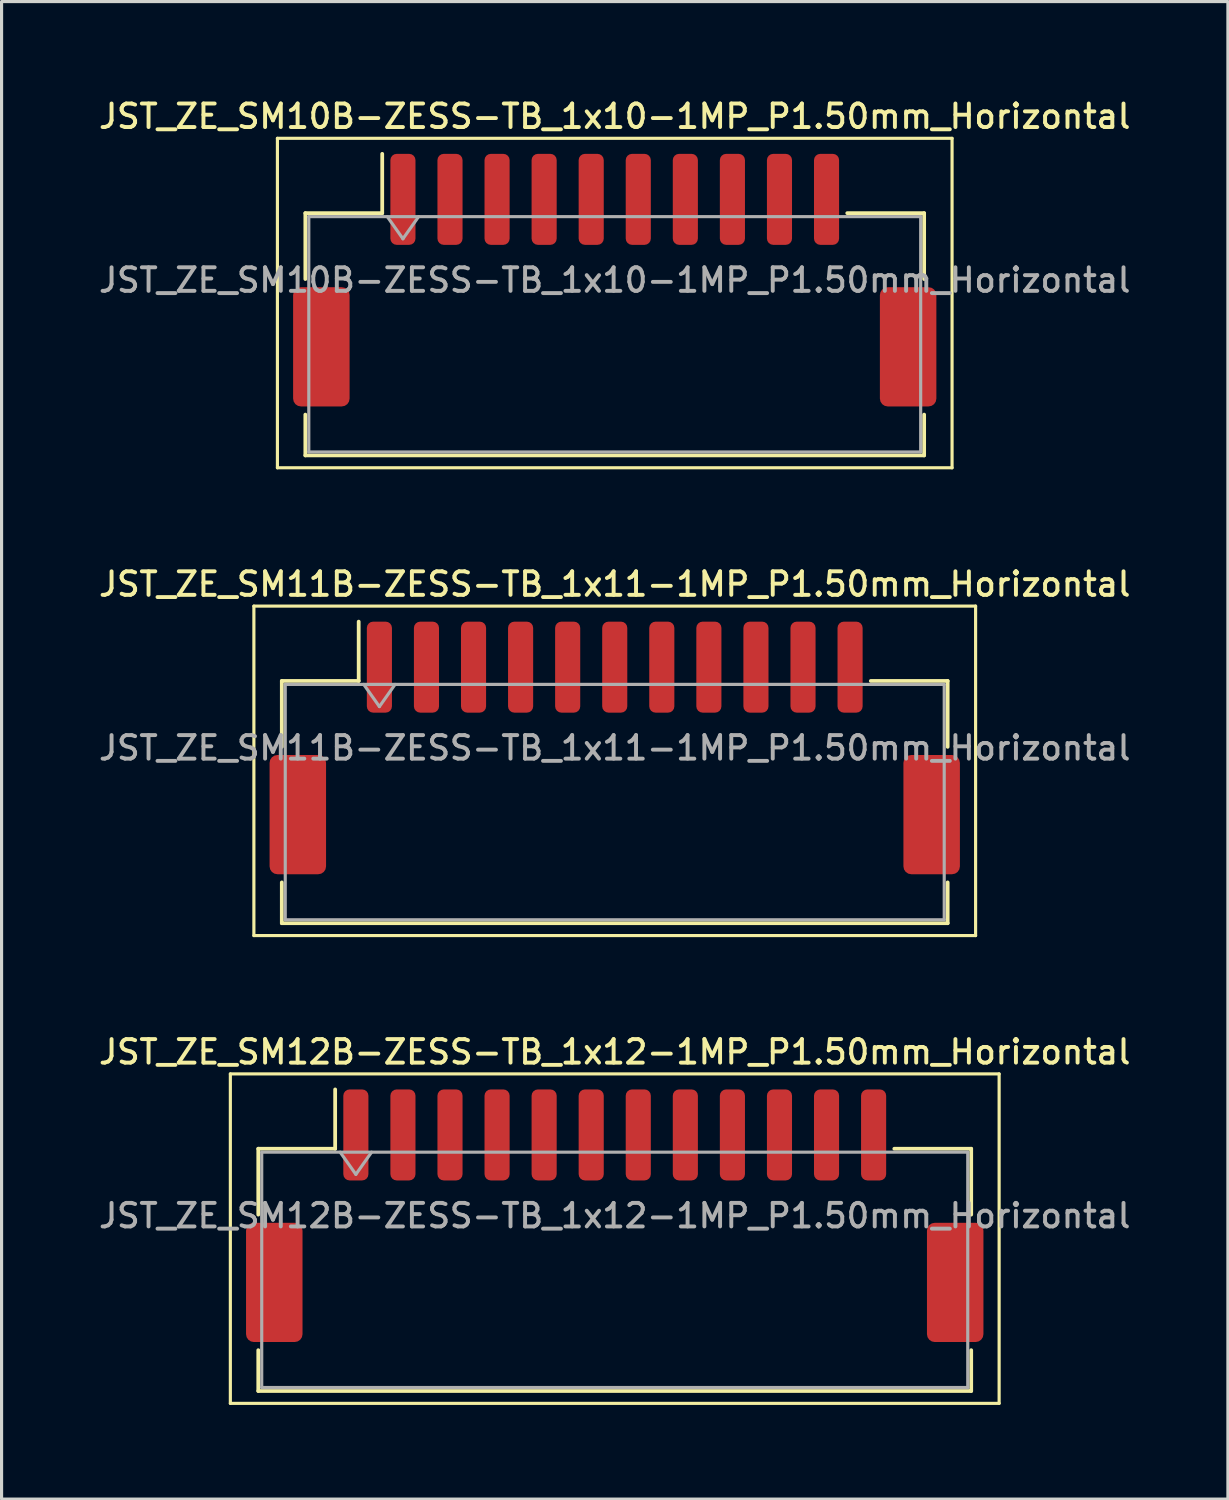
<source format=kicad_pcb>
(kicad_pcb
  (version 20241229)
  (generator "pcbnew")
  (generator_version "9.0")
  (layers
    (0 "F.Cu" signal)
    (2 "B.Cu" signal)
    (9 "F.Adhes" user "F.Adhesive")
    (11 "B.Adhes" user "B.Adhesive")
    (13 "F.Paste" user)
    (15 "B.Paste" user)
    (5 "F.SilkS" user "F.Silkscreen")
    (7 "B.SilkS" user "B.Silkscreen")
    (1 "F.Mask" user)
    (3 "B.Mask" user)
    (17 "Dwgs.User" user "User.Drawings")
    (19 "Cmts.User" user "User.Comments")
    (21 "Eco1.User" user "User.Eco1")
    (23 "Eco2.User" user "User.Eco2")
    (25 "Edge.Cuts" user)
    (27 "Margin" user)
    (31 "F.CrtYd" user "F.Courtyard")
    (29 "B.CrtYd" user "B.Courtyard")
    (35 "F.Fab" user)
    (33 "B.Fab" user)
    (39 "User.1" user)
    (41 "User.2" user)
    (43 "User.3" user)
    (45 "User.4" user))
  (footprint "JST_ZE_SM10B-ZESS-TB_1x10-1MP_P1.50mm_Horizontal"
    (layer "F.Cu")
    (at 16.541 5.878)
    (property "Reference" "JST_ZE_SM10B-ZESS-TB_1x10-1MP_P1.50mm_Horizontal" (at 0 -5.22 0) (layer "F.SilkS") (effects (font (size 0.75 0.75) (thickness 0.125))))
    (attr smd)
    (fp_line (start -10.75 -4.52) (end -10.75 5.98) (stroke (width 0.1) (type solid)) (layer "F.SilkS"))
    (fp_line (start -10.75 5.98) (end 10.75 5.98) (stroke (width 0.1) (type solid)) (layer "F.SilkS"))
    (fp_line (start -9.86 -2.135) (end -7.41 -2.135) (stroke (width 0.12) (type solid)) (layer "F.SilkS"))
    (fp_line (start -9.86 -0.035) (end -9.86 -2.135) (stroke (width 0.12) (type solid)) (layer "F.SilkS"))
    (fp_line (start -9.86 4.285) (end -9.86 5.585) (stroke (width 0.12) (type solid)) (layer "F.SilkS"))
    (fp_line (start -9.86 5.585) (end 9.86 5.585) (stroke (width 0.12) (type solid)) (layer "F.SilkS"))
    (fp_line (start -7.41 -2.135) (end -7.41 -4.025) (stroke (width 0.12) (type solid)) (layer "F.SilkS"))
    (fp_line (start 9.86 -2.135) (end 7.41 -2.135) (stroke (width 0.12) (type solid)) (layer "F.SilkS"))
    (fp_line (start 9.86 -0.035) (end 9.86 -2.135) (stroke (width 0.12) (type solid)) (layer "F.SilkS"))
    (fp_line (start 9.86 5.585) (end 9.86 4.285) (stroke (width 0.12) (type solid)) (layer "F.SilkS"))
    (fp_line (start 10.75 -4.52) (end -10.75 -4.52) (stroke (width 0.1) (type solid)) (layer "F.SilkS"))
    (fp_line (start 10.75 5.98) (end 10.75 -4.52) (stroke (width 0.1) (type solid)) (layer "F.SilkS"))
    (fp_line (start -9.75 -2.025) (end -9.75 5.475) (stroke (width 0.1) (type solid)) (layer "F.Fab"))
    (fp_line (start -9.75 -2.025) (end 9.75 -2.025) (stroke (width 0.1) (type solid)) (layer "F.Fab"))
    (fp_line (start -9.75 5.475) (end 9.75 5.475) (stroke (width 0.1) (type solid)) (layer "F.Fab"))
    (fp_line (start -7.25 -2.025) (end -6.75 -1.318) (stroke (width 0.1) (type solid)) (layer "F.Fab"))
    (fp_line (start -6.75 -1.318) (end -6.25 -2.025) (stroke (width 0.1) (type solid)) (layer "F.Fab"))
    (fp_line (start 9.75 -2.025) (end 9.75 5.475) (stroke (width 0.1) (type solid)) (layer "F.Fab"))
    (fp_text user "${REFERENCE}" (at 0 0 0) (layer "F.Fab") (effects (font (size 0.75 0.75) (thickness 0.125))))
    (pad "1" smd roundrect (at -6.75 -2.575) (size 0.8 2.9) (layers "F.Cu" "F.Mask" "F.Paste") (roundrect_rratio 0.25))
    (pad "2" smd roundrect (at -5.25 -2.575) (size 0.8 2.9) (layers "F.Cu" "F.Mask" "F.Paste") (roundrect_rratio 0.25))
    (pad "3" smd roundrect (at -3.75 -2.575) (size 0.8 2.9) (layers "F.Cu" "F.Mask" "F.Paste") (roundrect_rratio 0.25))
    (pad "4" smd roundrect (at -2.25 -2.575) (size 0.8 2.9) (layers "F.Cu" "F.Mask" "F.Paste") (roundrect_rratio 0.25))
    (pad "5" smd roundrect (at -0.75 -2.575) (size 0.8 2.9) (layers "F.Cu" "F.Mask" "F.Paste") (roundrect_rratio 0.25))
    (pad "6" smd roundrect (at 0.75 -2.575) (size 0.8 2.9) (layers "F.Cu" "F.Mask" "F.Paste") (roundrect_rratio 0.25))
    (pad "7" smd roundrect (at 2.25 -2.575) (size 0.8 2.9) (layers "F.Cu" "F.Mask" "F.Paste") (roundrect_rratio 0.25))
    (pad "8" smd roundrect (at 3.75 -2.575) (size 0.8 2.9) (layers "F.Cu" "F.Mask" "F.Paste") (roundrect_rratio 0.25))
    (pad "9" smd roundrect (at 5.25 -2.575) (size 0.8 2.9) (layers "F.Cu" "F.Mask" "F.Paste") (roundrect_rratio 0.25))
    (pad "10" smd roundrect (at 6.75 -2.575) (size 0.8 2.9) (layers "F.Cu" "F.Mask" "F.Paste") (roundrect_rratio 0.25))
    (pad "MP" smd roundrect (at -9.35 2.125) (size 1.8 3.8) (layers "F.Cu" "F.Mask" "F.Paste") (roundrect_rratio 0.139))
    (pad "MP" smd roundrect (at 9.35 2.125) (size 1.8 3.8) (layers "F.Cu" "F.Mask" "F.Paste") (roundrect_rratio 0.139)))
  (footprint "JST_ZE_SM12B-ZESS-TB_1x12-1MP_P1.50mm_Horizontal"
    (layer "F.Cu")
    (at 16.541 35.694)
    (property "Reference" "JST_ZE_SM12B-ZESS-TB_1x12-1MP_P1.50mm_Horizontal" (at 0 -5.22 0) (layer "F.SilkS") (effects (font (size 0.75 0.75) (thickness 0.125))))
    (attr smd)
    (fp_line (start -12.25 -4.52) (end -12.25 5.98) (stroke (width 0.1) (type solid)) (layer "F.SilkS"))
    (fp_line (start -12.25 5.98) (end 12.25 5.98) (stroke (width 0.1) (type solid)) (layer "F.SilkS"))
    (fp_line (start -11.36 -2.135) (end -8.91 -2.135) (stroke (width 0.12) (type solid)) (layer "F.SilkS"))
    (fp_line (start -11.36 -0.035) (end -11.36 -2.135) (stroke (width 0.12) (type solid)) (layer "F.SilkS"))
    (fp_line (start -11.36 4.285) (end -11.36 5.585) (stroke (width 0.12) (type solid)) (layer "F.SilkS"))
    (fp_line (start -11.36 5.585) (end 11.36 5.585) (stroke (width 0.12) (type solid)) (layer "F.SilkS"))
    (fp_line (start -8.91 -2.135) (end -8.91 -4.025) (stroke (width 0.12) (type solid)) (layer "F.SilkS"))
    (fp_line (start 11.36 -2.135) (end 8.91 -2.135) (stroke (width 0.12) (type solid)) (layer "F.SilkS"))
    (fp_line (start 11.36 -0.035) (end 11.36 -2.135) (stroke (width 0.12) (type solid)) (layer "F.SilkS"))
    (fp_line (start 11.36 5.585) (end 11.36 4.285) (stroke (width 0.12) (type solid)) (layer "F.SilkS"))
    (fp_line (start 12.25 -4.52) (end -12.25 -4.52) (stroke (width 0.1) (type solid)) (layer "F.SilkS"))
    (fp_line (start 12.25 5.98) (end 12.25 -4.52) (stroke (width 0.1) (type solid)) (layer "F.SilkS"))
    (fp_line (start -11.25 -2.025) (end -11.25 5.475) (stroke (width 0.1) (type solid)) (layer "F.Fab"))
    (fp_line (start -11.25 -2.025) (end 11.25 -2.025) (stroke (width 0.1) (type solid)) (layer "F.Fab"))
    (fp_line (start -11.25 5.475) (end 11.25 5.475) (stroke (width 0.1) (type solid)) (layer "F.Fab"))
    (fp_line (start -8.75 -2.025) (end -8.25 -1.318) (stroke (width 0.1) (type solid)) (layer "F.Fab"))
    (fp_line (start -8.25 -1.318) (end -7.75 -2.025) (stroke (width 0.1) (type solid)) (layer "F.Fab"))
    (fp_line (start 11.25 -2.025) (end 11.25 5.475) (stroke (width 0.1) (type solid)) (layer "F.Fab"))
    (fp_text user "${REFERENCE}" (at 0 0 0) (layer "F.Fab") (effects (font (size 0.75 0.75) (thickness 0.125))))
    (pad "1" smd roundrect (at -8.25 -2.575) (size 0.8 2.9) (layers "F.Cu" "F.Mask" "F.Paste") (roundrect_rratio 0.25))
    (pad "2" smd roundrect (at -6.75 -2.575) (size 0.8 2.9) (layers "F.Cu" "F.Mask" "F.Paste") (roundrect_rratio 0.25))
    (pad "3" smd roundrect (at -5.25 -2.575) (size 0.8 2.9) (layers "F.Cu" "F.Mask" "F.Paste") (roundrect_rratio 0.25))
    (pad "4" smd roundrect (at -3.75 -2.575) (size 0.8 2.9) (layers "F.Cu" "F.Mask" "F.Paste") (roundrect_rratio 0.25))
    (pad "5" smd roundrect (at -2.25 -2.575) (size 0.8 2.9) (layers "F.Cu" "F.Mask" "F.Paste") (roundrect_rratio 0.25))
    (pad "6" smd roundrect (at -0.75 -2.575) (size 0.8 2.9) (layers "F.Cu" "F.Mask" "F.Paste") (roundrect_rratio 0.25))
    (pad "7" smd roundrect (at 0.75 -2.575) (size 0.8 2.9) (layers "F.Cu" "F.Mask" "F.Paste") (roundrect_rratio 0.25))
    (pad "8" smd roundrect (at 2.25 -2.575) (size 0.8 2.9) (layers "F.Cu" "F.Mask" "F.Paste") (roundrect_rratio 0.25))
    (pad "9" smd roundrect (at 3.75 -2.575) (size 0.8 2.9) (layers "F.Cu" "F.Mask" "F.Paste") (roundrect_rratio 0.25))
    (pad "10" smd roundrect (at 5.25 -2.575) (size 0.8 2.9) (layers "F.Cu" "F.Mask" "F.Paste") (roundrect_rratio 0.25))
    (pad "11" smd roundrect (at 6.75 -2.575) (size 0.8 2.9) (layers "F.Cu" "F.Mask" "F.Paste") (roundrect_rratio 0.25))
    (pad "12" smd roundrect (at 8.25 -2.575) (size 0.8 2.9) (layers "F.Cu" "F.Mask" "F.Paste") (roundrect_rratio 0.25))
    (pad "MP" smd roundrect (at -10.85 2.125) (size 1.8 3.8) (layers "F.Cu" "F.Mask" "F.Paste") (roundrect_rratio 0.139))
    (pad "MP" smd roundrect (at 10.85 2.125) (size 1.8 3.8) (layers "F.Cu" "F.Mask" "F.Paste") (roundrect_rratio 0.139)))
  (footprint "JST_ZE_SM11B-ZESS-TB_1x11-1MP_P1.50mm_Horizontal"
    (layer "F.Cu")
    (at 16.541 20.786)
    (property "Reference" "JST_ZE_SM11B-ZESS-TB_1x11-1MP_P1.50mm_Horizontal" (at 0 -5.22 0) (layer "F.SilkS") (effects (font (size 0.75 0.75) (thickness 0.125))))
    (attr smd)
    (fp_line (start -11.5 -4.52) (end -11.5 5.98) (stroke (width 0.1) (type solid)) (layer "F.SilkS"))
    (fp_line (start -11.5 5.98) (end 11.5 5.98) (stroke (width 0.1) (type solid)) (layer "F.SilkS"))
    (fp_line (start -10.61 -2.135) (end -8.16 -2.135) (stroke (width 0.12) (type solid)) (layer "F.SilkS"))
    (fp_line (start -10.61 -0.035) (end -10.61 -2.135) (stroke (width 0.12) (type solid)) (layer "F.SilkS"))
    (fp_line (start -10.61 4.285) (end -10.61 5.585) (stroke (width 0.12) (type solid)) (layer "F.SilkS"))
    (fp_line (start -10.61 5.585) (end 10.61 5.585) (stroke (width 0.12) (type solid)) (layer "F.SilkS"))
    (fp_line (start -8.16 -2.135) (end -8.16 -4.025) (stroke (width 0.12) (type solid)) (layer "F.SilkS"))
    (fp_line (start 10.61 -2.135) (end 8.16 -2.135) (stroke (width 0.12) (type solid)) (layer "F.SilkS"))
    (fp_line (start 10.61 -0.035) (end 10.61 -2.135) (stroke (width 0.12) (type solid)) (layer "F.SilkS"))
    (fp_line (start 10.61 5.585) (end 10.61 4.285) (stroke (width 0.12) (type solid)) (layer "F.SilkS"))
    (fp_line (start 11.5 -4.52) (end -11.5 -4.52) (stroke (width 0.1) (type solid)) (layer "F.SilkS"))
    (fp_line (start 11.5 5.98) (end 11.5 -4.52) (stroke (width 0.1) (type solid)) (layer "F.SilkS"))
    (fp_line (start -10.5 -2.025) (end -10.5 5.475) (stroke (width 0.1) (type solid)) (layer "F.Fab"))
    (fp_line (start -10.5 -2.025) (end 10.5 -2.025) (stroke (width 0.1) (type solid)) (layer "F.Fab"))
    (fp_line (start -10.5 5.475) (end 10.5 5.475) (stroke (width 0.1) (type solid)) (layer "F.Fab"))
    (fp_line (start -8 -2.025) (end -7.5 -1.318) (stroke (width 0.1) (type solid)) (layer "F.Fab"))
    (fp_line (start -7.5 -1.318) (end -7 -2.025) (stroke (width 0.1) (type solid)) (layer "F.Fab"))
    (fp_line (start 10.5 -2.025) (end 10.5 5.475) (stroke (width 0.1) (type solid)) (layer "F.Fab"))
    (fp_text user "${REFERENCE}" (at 0 0 0) (layer "F.Fab") (effects (font (size 0.75 0.75) (thickness 0.125))))
    (pad "1" smd roundrect (at -7.5 -2.575) (size 0.8 2.9) (layers "F.Cu" "F.Mask" "F.Paste") (roundrect_rratio 0.25))
    (pad "2" smd roundrect (at -6 -2.575) (size 0.8 2.9) (layers "F.Cu" "F.Mask" "F.Paste") (roundrect_rratio 0.25))
    (pad "3" smd roundrect (at -4.5 -2.575) (size 0.8 2.9) (layers "F.Cu" "F.Mask" "F.Paste") (roundrect_rratio 0.25))
    (pad "4" smd roundrect (at -3 -2.575) (size 0.8 2.9) (layers "F.Cu" "F.Mask" "F.Paste") (roundrect_rratio 0.25))
    (pad "5" smd roundrect (at -1.5 -2.575) (size 0.8 2.9) (layers "F.Cu" "F.Mask" "F.Paste") (roundrect_rratio 0.25))
    (pad "6" smd roundrect (at 0 -2.575) (size 0.8 2.9) (layers "F.Cu" "F.Mask" "F.Paste") (roundrect_rratio 0.25))
    (pad "7" smd roundrect (at 1.5 -2.575) (size 0.8 2.9) (layers "F.Cu" "F.Mask" "F.Paste") (roundrect_rratio 0.25))
    (pad "8" smd roundrect (at 3 -2.575) (size 0.8 2.9) (layers "F.Cu" "F.Mask" "F.Paste") (roundrect_rratio 0.25))
    (pad "9" smd roundrect (at 4.5 -2.575) (size 0.8 2.9) (layers "F.Cu" "F.Mask" "F.Paste") (roundrect_rratio 0.25))
    (pad "10" smd roundrect (at 6 -2.575) (size 0.8 2.9) (layers "F.Cu" "F.Mask" "F.Paste") (roundrect_rratio 0.25))
    (pad "11" smd roundrect (at 7.5 -2.575) (size 0.8 2.9) (layers "F.Cu" "F.Mask" "F.Paste") (roundrect_rratio 0.25))
    (pad "MP" smd roundrect (at -10.1 2.125) (size 1.8 3.8) (layers "F.Cu" "F.Mask" "F.Paste") (roundrect_rratio 0.139))
    (pad "MP" smd roundrect (at 10.1 2.125) (size 1.8 3.8) (layers "F.Cu" "F.Mask" "F.Paste") (roundrect_rratio 0.139)))
  (gr_rect
    (start -3 -3)
    (end 36.082 44.724)
    (stroke (width 0.1) (type default))
    (fill no)
    (layer "Edge.Cuts")))
</source>
